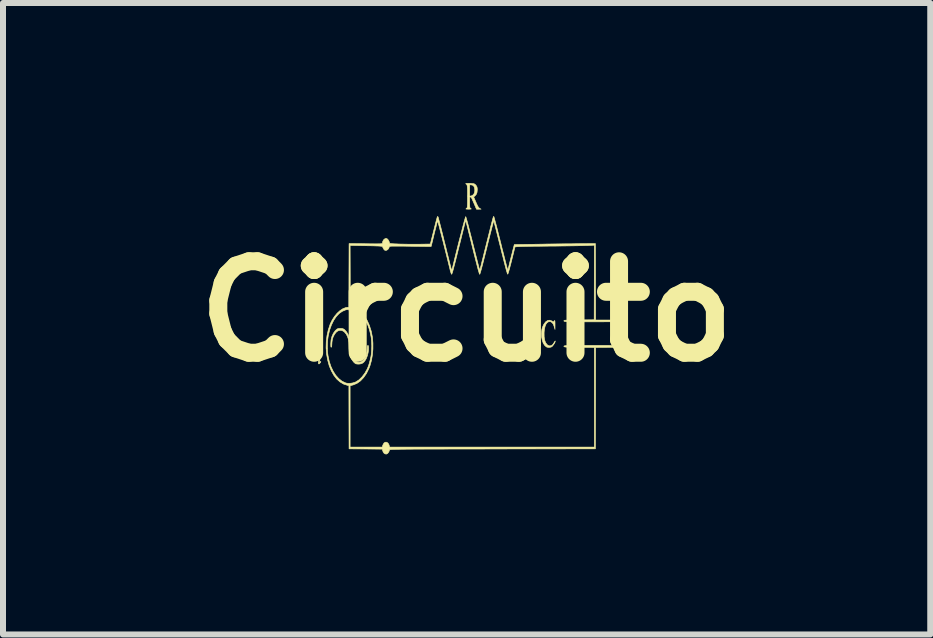
<source format=kicad_pcb>
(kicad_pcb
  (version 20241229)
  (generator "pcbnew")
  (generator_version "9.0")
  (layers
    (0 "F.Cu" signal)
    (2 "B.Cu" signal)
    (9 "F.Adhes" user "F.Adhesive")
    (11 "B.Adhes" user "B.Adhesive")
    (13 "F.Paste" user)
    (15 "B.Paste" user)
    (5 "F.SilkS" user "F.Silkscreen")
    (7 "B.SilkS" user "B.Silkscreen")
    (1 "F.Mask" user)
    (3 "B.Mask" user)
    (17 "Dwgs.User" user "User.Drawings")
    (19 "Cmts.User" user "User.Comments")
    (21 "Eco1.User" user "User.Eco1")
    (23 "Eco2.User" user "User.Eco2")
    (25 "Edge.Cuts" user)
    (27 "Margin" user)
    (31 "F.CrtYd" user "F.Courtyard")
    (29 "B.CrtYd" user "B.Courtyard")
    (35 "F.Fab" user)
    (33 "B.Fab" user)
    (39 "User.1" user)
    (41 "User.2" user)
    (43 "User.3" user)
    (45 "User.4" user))
  (footprint "Circuito"
    (layer "F.Cu")
    (at 4.724 2.138)
    (property "Reference" "Circuito" (at 0 0 0) (layer "F.SilkS") (effects (font (size 1.524 1.524) (thickness 0.3))))
    (attr through_hole)
    (fp_poly (pts (xy -2.417 0.612) (xy -2.414 0.62) (xy -2.415 0.631) (xy -2.424 0.635) (xy -2.426 0.635) (xy -2.436 0.632) (xy -2.438 0.622) (xy -2.437 0.62) (xy -2.432 0.608) (xy -2.426 0.605) (xy -2.417 0.612)) (stroke (width 0.01) (type solid)) (fill yes) (layer "F.SilkS"))
    (fp_poly (pts (xy -2.431 0.687) (xy -2.428 0.69) (xy -2.428 0.7) (xy -2.431 0.718) (xy -2.436 0.749) (xy -2.439 0.768) (xy -2.445 0.802) (xy -2.449 0.831) (xy -2.451 0.849) (xy -2.451 0.854) (xy -2.446 0.852) (xy -2.438 0.842) (xy -2.43 0.832) (xy -2.429 0.835) (xy -2.429 0.838) (xy -2.435 0.851) (xy -2.446 0.865) (xy -2.447 0.866) (xy -2.458 0.875) (xy -2.465 0.874) (xy -2.468 0.87) (xy -2.469 0.858) (xy -2.468 0.833) (xy -2.462 0.796) (xy -2.461 0.792) (xy -2.454 0.753) (xy -2.45 0.727) (xy -2.449 0.712) (xy -2.451 0.705) (xy -2.456 0.702) (xy -2.457 0.702) (xy -2.463 0.701) (xy -2.459 0.697) (xy -2.456 0.694) (xy -2.442 0.688) (xy -2.435 0.686) (xy -2.431 0.687)) (stroke (width 0.01) (type solid)) (fill yes) (layer "F.SilkS"))
    (fp_poly (pts (xy -2.492 0.496) (xy -2.485 0.516) (xy -2.486 0.544) (xy -2.494 0.58) (xy -2.501 0.602) (xy -2.513 0.631) (xy -2.527 0.663) (xy -2.544 0.697) (xy -2.56 0.729) (xy -2.575 0.757) (xy -2.587 0.777) (xy -2.595 0.787) (xy -2.597 0.787) (xy -2.599 0.78) (xy -2.6 0.759) (xy -2.601 0.731) (xy -2.601 0.73) (xy -2.602 0.684) (xy -2.605 0.635) (xy -2.609 0.589) (xy -2.614 0.553) (xy -2.617 0.54) (xy -2.624 0.522) (xy -2.635 0.516) (xy -2.638 0.516) (xy -2.648 0.514) (xy -2.648 0.51) (xy -2.641 0.505) (xy -2.628 0.499) (xy -2.616 0.495) (xy -2.592 0.49) (xy -2.586 0.531) (xy -2.582 0.56) (xy -2.579 0.599) (xy -2.577 0.635) (xy -2.575 0.676) (xy -2.572 0.701) (xy -2.568 0.711) (xy -2.561 0.707) (xy -2.552 0.69) (xy -2.543 0.672) (xy -2.529 0.642) (xy -2.517 0.613) (xy -2.509 0.59) (xy -2.499 0.557) (xy -2.509 0.538) (xy -2.518 0.518) (xy -2.518 0.503) (xy -2.51 0.491) (xy -2.5 0.488) (xy -2.492 0.496)) (stroke (width 0.01) (type solid)) (fill yes) (layer "F.SilkS"))
    (fp_poly (pts (xy 1.417 0.158) (xy 1.432 0.167) (xy 1.444 0.174) (xy 1.451 0.174) (xy 1.457 0.164) (xy 1.459 0.162) (xy 1.465 0.152) (xy 1.469 0.154) (xy 1.472 0.168) (xy 1.473 0.196) (xy 1.473 0.236) (xy 1.473 0.301) (xy 1.461 0.257) (xy 1.445 0.214) (xy 1.423 0.186) (xy 1.4 0.172) (xy 1.37 0.171) (xy 1.344 0.185) (xy 1.322 0.214) (xy 1.306 0.255) (xy 1.295 0.308) (xy 1.291 0.357) (xy 1.292 0.423) (xy 1.3 0.476) (xy 1.315 0.519) (xy 1.338 0.55) (xy 1.352 0.563) (xy 1.382 0.575) (xy 1.41 0.571) (xy 1.437 0.551) (xy 1.459 0.518) (xy 1.47 0.5) (xy 1.477 0.493) (xy 1.478 0.495) (xy 1.474 0.511) (xy 1.464 0.532) (xy 1.45 0.554) (xy 1.434 0.574) (xy 1.42 0.589) (xy 1.414 0.592) (xy 1.389 0.599) (xy 1.362 0.6) (xy 1.337 0.595) (xy 1.327 0.59) (xy 1.299 0.564) (xy 1.276 0.527) (xy 1.26 0.479) (xy 1.25 0.424) (xy 1.248 0.365) (xy 1.254 0.305) (xy 1.254 0.301) (xy 1.264 0.264) (xy 1.281 0.227) (xy 1.287 0.215) (xy 1.316 0.176) (xy 1.348 0.153) (xy 1.381 0.147) (xy 1.417 0.158)) (stroke (width 0.01) (type solid)) (fill yes) (layer "F.SilkS"))
    (fp_poly (pts (xy 0.064 -2.133) (xy 0.086 -2.131) (xy 0.105 -2.129) (xy 0.121 -2.127) (xy 0.129 -2.124) (xy 0.146 -2.112) (xy 0.162 -2.093) (xy 0.163 -2.091) (xy 0.173 -2.072) (xy 0.177 -2.052) (xy 0.178 -2.025) (xy 0.174 -1.983) (xy 0.162 -1.951) (xy 0.141 -1.926) (xy 0.137 -1.922) (xy 0.117 -1.908) (xy 0.148 -1.837) (xy 0.166 -1.795) (xy 0.18 -1.766) (xy 0.191 -1.745) (xy 0.2 -1.732) (xy 0.21 -1.722) (xy 0.22 -1.715) (xy 0.241 -1.703) (xy 0.165 -1.702) (xy 0.122 -1.803) (xy 0.104 -1.843) (xy 0.092 -1.871) (xy 0.082 -1.89) (xy 0.075 -1.9) (xy 0.068 -1.904) (xy 0.065 -1.905) (xy 0.051 -1.905) (xy 0.051 -1.822) (xy 0.051 -1.786) (xy 0.052 -1.755) (xy 0.054 -1.735) (xy 0.055 -1.729) (xy 0.063 -1.719) (xy 0.074 -1.711) (xy 0.078 -1.707) (xy 0.073 -1.705) (xy 0.058 -1.704) (xy 0.035 -1.703) (xy 0.033 -1.703) (xy 0.009 -1.704) (xy -0.006 -1.705) (xy -0.011 -1.707) (xy -0.009 -1.71) (xy -0.007 -1.711) (xy 0.007 -1.724) (xy 0.012 -1.738) (xy 0.013 -1.752) (xy 0.014 -1.78) (xy 0.015 -1.819) (xy 0.015 -1.866) (xy 0.015 -1.919) (xy 0.015 -1.922) (xy 0.015 -1.984) (xy 0.015 -2.03) (xy 0.013 -2.064) (xy 0.011 -2.088) (xy 0.007 -2.104) (xy 0.005 -2.108) (xy 0.051 -2.108) (xy 0.051 -1.922) (xy 0.066 -1.922) (xy 0.081 -1.925) (xy 0.098 -1.933) (xy 0.102 -1.936) (xy 0.122 -1.957) (xy 0.134 -1.987) (xy 0.137 -2.023) (xy 0.131 -2.062) (xy 0.119 -2.087) (xy 0.099 -2.103) (xy 0.074 -2.108) (xy 0.051 -2.108) (xy 0.005 -2.108) (xy 0.002 -2.114) (xy -0.005 -2.121) (xy -0.013 -2.125) (xy -0.015 -2.128) (xy -0.009 -2.13) (xy 0.004 -2.132) (xy 0.022 -2.133) (xy 0.042 -2.133) (xy 0.064 -2.133)) (stroke (width 0.01) (type solid)) (fill yes) (layer "F.SilkS"))
    (fp_poly (pts (xy -2.077 0.285) (xy -2.057 0.29) (xy -2.041 0.299) (xy -2.036 0.302) (xy -2.003 0.337) (xy -1.974 0.385) (xy -1.956 0.434) (xy -1.948 0.461) (xy -1.944 0.484) (xy -1.941 0.51) (xy -1.941 0.543) (xy -1.941 0.563) (xy -1.939 0.626) (xy -1.933 0.677) (xy -1.923 0.72) (xy -1.908 0.758) (xy -1.904 0.766) (xy -1.877 0.806) (xy -1.845 0.833) (xy -1.812 0.846) (xy -1.778 0.846) (xy -1.745 0.833) (xy -1.714 0.806) (xy -1.689 0.767) (xy -1.67 0.721) (xy -1.66 0.675) (xy -1.656 0.625) (xy -1.656 0.622) (xy -1.655 0.592) (xy -1.652 0.576) (xy -1.648 0.57) (xy -1.641 0.567) (xy -1.638 0.573) (xy -1.635 0.59) (xy -1.634 0.6) (xy -1.634 0.642) (xy -1.641 0.69) (xy -1.653 0.738) (xy -1.67 0.782) (xy -1.683 0.807) (xy -1.707 0.84) (xy -1.731 0.861) (xy -1.758 0.873) (xy -1.79 0.878) (xy -1.813 0.878) (xy -1.833 0.876) (xy -1.848 0.872) (xy -1.852 0.871) (xy -1.883 0.843) (xy -1.911 0.804) (xy -1.934 0.756) (xy -1.951 0.704) (xy -1.953 0.691) (xy -1.957 0.661) (xy -1.96 0.622) (xy -1.961 0.579) (xy -1.961 0.572) (xy -1.963 0.511) (xy -1.971 0.461) (xy -1.984 0.419) (xy -2.005 0.381) (xy -2.009 0.375) (xy -2.04 0.339) (xy -2.075 0.319) (xy -2.112 0.315) (xy -2.113 0.315) (xy -2.146 0.326) (xy -2.176 0.35) (xy -2.204 0.388) (xy -2.223 0.425) (xy -2.236 0.465) (xy -2.243 0.513) (xy -2.245 0.542) (xy -2.247 0.574) (xy -2.25 0.591) (xy -2.255 0.597) (xy -2.256 0.597) (xy -2.26 0.593) (xy -2.262 0.581) (xy -2.263 0.557) (xy -2.263 0.538) (xy -2.258 0.474) (xy -2.243 0.416) (xy -2.22 0.365) (xy -2.189 0.322) (xy -2.174 0.308) (xy -2.159 0.295) (xy -2.145 0.288) (xy -2.128 0.285) (xy -2.106 0.284) (xy -2.103 0.284) (xy -2.077 0.285)) (stroke (width 0.01) (type solid)) (fill yes) (layer "F.SilkS"))
    (fp_poly (pts (xy 0.453 -1.581) (xy 0.453 -1.581) (xy 0.456 -1.573) (xy 0.463 -1.551) (xy 0.472 -1.515) (xy 0.485 -1.468) (xy 0.5 -1.412) (xy 0.517 -1.346) (xy 0.535 -1.273) (xy 0.555 -1.195) (xy 0.571 -1.132) (xy 0.591 -1.05) (xy 0.611 -0.973) (xy 0.629 -0.902) (xy 0.645 -0.839) (xy 0.659 -0.785) (xy 0.67 -0.741) (xy 0.679 -0.709) (xy 0.684 -0.69) (xy 0.685 -0.686) (xy 0.688 -0.693) (xy 0.694 -0.713) (xy 0.702 -0.743) (xy 0.71 -0.777) (xy 0.72 -0.819) (xy 0.733 -0.871) (xy 0.747 -0.927) (xy 0.761 -0.98) (xy 0.763 -0.991) (xy 0.795 -1.113) (xy 1.12 -1.118) (xy 1.187 -1.119) (xy 1.262 -1.12) (xy 1.343 -1.122) (xy 1.427 -1.123) (xy 1.513 -1.124) (xy 1.597 -1.125) (xy 1.678 -1.126) (xy 1.754 -1.126) (xy 1.796 -1.127) (xy 2.146 -1.13) (xy 2.148 -0.493) (xy 2.149 0.144) (xy 2.403 0.144) (xy 2.461 0.144) (xy 2.509 0.144) (xy 2.548 0.144) (xy 2.58 0.145) (xy 2.605 0.145) (xy 2.624 0.146) (xy 2.638 0.148) (xy 2.647 0.149) (xy 2.652 0.151) (xy 2.655 0.154) (xy 2.656 0.157) (xy 2.656 0.159) (xy 2.655 0.161) (xy 2.653 0.163) (xy 2.65 0.165) (xy 2.644 0.167) (xy 2.635 0.168) (xy 2.622 0.169) (xy 2.606 0.17) (xy 2.585 0.171) (xy 2.558 0.172) (xy 2.526 0.172) (xy 2.487 0.173) (xy 2.442 0.173) (xy 2.389 0.173) (xy 2.327 0.173) (xy 2.257 0.174) (xy 2.178 0.174) (xy 2.139 0.174) (xy 2.055 0.174) (xy 1.981 0.174) (xy 1.915 0.173) (xy 1.859 0.173) (xy 1.81 0.173) (xy 1.768 0.173) (xy 1.733 0.172) (xy 1.704 0.172) (xy 1.68 0.171) (xy 1.662 0.17) (xy 1.648 0.169) (xy 1.637 0.167) (xy 1.63 0.166) (xy 1.625 0.164) (xy 1.623 0.162) (xy 1.622 0.16) (xy 1.621 0.159) (xy 1.622 0.155) (xy 1.623 0.153) (xy 1.627 0.15) (xy 1.635 0.148) (xy 1.646 0.147) (xy 1.663 0.146) (xy 1.685 0.145) (xy 1.713 0.144) (xy 1.749 0.143) (xy 1.793 0.143) (xy 1.846 0.142) (xy 1.873 0.142) (xy 2.126 0.14) (xy 2.129 -1.103) (xy 2.008 -1.097) (xy 1.986 -1.097) (xy 1.955 -1.096) (xy 1.915 -1.095) (xy 1.868 -1.094) (xy 1.814 -1.093) (xy 1.754 -1.092) (xy 1.689 -1.091) (xy 1.621 -1.09) (xy 1.549 -1.089) (xy 1.475 -1.088) (xy 1.399 -1.088) (xy 1.347 -1.087) (xy 1.261 -1.086) (xy 1.184 -1.085) (xy 1.116 -1.085) (xy 1.057 -1.084) (xy 1.006 -1.083) (xy 0.962 -1.082) (xy 0.925 -1.081) (xy 0.894 -1.08) (xy 0.869 -1.079) (xy 0.849 -1.078) (xy 0.834 -1.077) (xy 0.822 -1.076) (xy 0.814 -1.074) (xy 0.809 -1.072) (xy 0.806 -1.071) (xy 0.804 -1.068) (xy 0.804 -1.068) (xy 0.802 -1.057) (xy 0.796 -1.032) (xy 0.787 -0.996) (xy 0.776 -0.951) (xy 0.763 -0.899) (xy 0.749 -0.842) (xy 0.748 -0.838) (xy 0.729 -0.765) (xy 0.713 -0.706) (xy 0.701 -0.662) (xy 0.692 -0.634) (xy 0.686 -0.621) (xy 0.685 -0.62) (xy 0.683 -0.623) (xy 0.678 -0.633) (xy 0.673 -0.651) (xy 0.664 -0.679) (xy 0.654 -0.717) (xy 0.641 -0.766) (xy 0.625 -0.827) (xy 0.607 -0.901) (xy 0.584 -0.99) (xy 0.567 -1.06) (xy 0.546 -1.142) (xy 0.527 -1.219) (xy 0.509 -1.29) (xy 0.493 -1.353) (xy 0.479 -1.408) (xy 0.468 -1.452) (xy 0.46 -1.485) (xy 0.454 -1.504) (xy 0.453 -1.509) (xy 0.45 -1.502) (xy 0.444 -1.481) (xy 0.435 -1.447) (xy 0.423 -1.402) (xy 0.409 -1.347) (xy 0.392 -1.282) (xy 0.374 -1.21) (xy 0.354 -1.132) (xy 0.338 -1.066) (xy 0.312 -0.962) (xy 0.29 -0.874) (xy 0.271 -0.799) (xy 0.255 -0.739) (xy 0.242 -0.691) (xy 0.232 -0.656) (xy 0.225 -0.633) (xy 0.22 -0.62) (xy 0.218 -0.618) (xy 0.216 -0.62) (xy 0.214 -0.625) (xy 0.21 -0.636) (xy 0.205 -0.652) (xy 0.199 -0.674) (xy 0.19 -0.704) (xy 0.18 -0.742) (xy 0.168 -0.79) (xy 0.153 -0.847) (xy 0.136 -0.915) (xy 0.116 -0.994) (xy 0.093 -1.087) (xy 0.067 -1.192) (xy 0.037 -1.312) (xy 0.016 -1.397) (xy -0.015 -1.519) (xy -0.027 -1.473) (xy -0.031 -1.456) (xy -0.039 -1.425) (xy -0.05 -1.382) (xy -0.063 -1.329) (xy -0.079 -1.266) (xy -0.096 -1.197) (xy -0.115 -1.121) (xy -0.135 -1.042) (xy -0.14 -1.022) (xy -0.164 -0.926) (xy -0.184 -0.845) (xy -0.202 -0.777) (xy -0.216 -0.723) (xy -0.227 -0.681) (xy -0.236 -0.65) (xy -0.243 -0.63) (xy -0.247 -0.62) (xy -0.249 -0.618) (xy -0.254 -0.624) (xy -0.261 -0.643) (xy -0.271 -0.675) (xy -0.282 -0.722) (xy -0.304 -0.811) (xy -0.326 -0.9) (xy -0.348 -0.988) (xy -0.37 -1.074) (xy -0.39 -1.155) (xy -0.41 -1.232) (xy -0.428 -1.302) (xy -0.444 -1.364) (xy -0.457 -1.417) (xy -0.469 -1.459) (xy -0.477 -1.489) (xy -0.482 -1.506) (xy -0.483 -1.509) (xy -0.486 -1.499) (xy -0.493 -1.475) (xy -0.502 -1.438) (xy -0.514 -1.391) (xy -0.529 -1.334) (xy -0.545 -1.269) (xy -0.562 -1.198) (xy -0.57 -1.165) (xy -0.591 -1.081) (xy -0.938 -1.085) (xy -1.006 -1.086) (xy -1.064 -1.087) (xy -1.114 -1.087) (xy -1.156 -1.087) (xy -1.19 -1.087) (xy -1.218 -1.087) (xy -1.24 -1.087) (xy -1.256 -1.086) (xy -1.269 -1.085) (xy -1.277 -1.083) (xy -1.283 -1.081) (xy -1.286 -1.079) (xy -1.287 -1.076) (xy -1.288 -1.074) (xy -1.298 -1.049) (xy -1.314 -1.029) (xy -1.334 -1.018) (xy -1.345 -1.016) (xy -1.361 -1.018) (xy -1.374 -1.028) (xy -1.384 -1.044) (xy -1.394 -1.062) (xy -1.401 -1.077) (xy -1.403 -1.08) (xy -1.407 -1.083) (xy -1.418 -1.085) (xy -1.438 -1.087) (xy -1.466 -1.089) (xy -1.502 -1.09) (xy -1.548 -1.092) (xy -1.603 -1.093) (xy -1.667 -1.094) (xy -1.673 -1.094) (xy -1.941 -1.099) (xy -1.939 -0.585) (xy -1.938 -0.072) (xy -1.92 -0.07) (xy -1.86 -0.054) (xy -1.803 -0.022) (xy -1.749 0.023) (xy -1.7 0.082) (xy -1.656 0.152) (xy -1.62 0.233) (xy -1.591 0.323) (xy -1.587 0.339) (xy -1.569 0.431) (xy -1.561 0.528) (xy -1.561 0.626) (xy -1.569 0.723) (xy -1.585 0.817) (xy -1.609 0.903) (xy -1.627 0.95) (xy -1.668 1.034) (xy -1.716 1.103) (xy -1.768 1.158) (xy -1.826 1.199) (xy -1.888 1.225) (xy -1.89 1.225) (xy -1.941 1.24) (xy -1.941 2.261) (xy -1.405 2.261) (xy -1.398 2.234) (xy -1.388 2.212) (xy -1.375 2.192) (xy -1.375 2.192) (xy -1.355 2.18) (xy -1.333 2.18) (xy -1.313 2.192) (xy -1.297 2.213) (xy -1.289 2.236) (xy -1.284 2.261) (xy 2.129 2.261) (xy 2.129 0.601) (xy 1.876 0.599) (xy 1.819 0.599) (xy 1.771 0.598) (xy 1.731 0.597) (xy 1.699 0.597) (xy 1.674 0.596) (xy 1.655 0.595) (xy 1.642 0.593) (xy 1.632 0.591) (xy 1.626 0.589) (xy 1.623 0.587) (xy 1.622 0.583) (xy 1.621 0.582) (xy 1.622 0.58) (xy 1.623 0.578) (xy 1.626 0.576) (xy 1.632 0.574) (xy 1.64 0.573) (xy 1.652 0.571) (xy 1.668 0.57) (xy 1.689 0.57) (xy 1.714 0.569) (xy 1.746 0.568) (xy 1.784 0.568) (xy 1.829 0.568) (xy 1.882 0.567) (xy 1.943 0.567) (xy 2.012 0.567) (xy 2.091 0.567) (xy 2.139 0.567) (xy 2.223 0.567) (xy 2.297 0.567) (xy 2.363 0.567) (xy 2.42 0.568) (xy 2.469 0.568) (xy 2.511 0.568) (xy 2.546 0.569) (xy 2.575 0.569) (xy 2.599 0.57) (xy 2.617 0.571) (xy 2.631 0.572) (xy 2.642 0.573) (xy 2.649 0.575) (xy 2.653 0.576) (xy 2.655 0.578) (xy 2.656 0.581) (xy 2.656 0.582) (xy 2.655 0.585) (xy 2.653 0.588) (xy 2.648 0.591) (xy 2.64 0.593) (xy 2.628 0.594) (xy 2.611 0.595) (xy 2.588 0.596) (xy 2.559 0.597) (xy 2.523 0.598) (xy 2.478 0.598) (xy 2.424 0.599) (xy 2.402 0.599) (xy 2.149 0.601) (xy 2.148 1.446) (xy 2.146 2.29) (xy 0.431 2.292) (xy 0.272 2.293) (xy 0.124 2.293) (xy -0.015 2.293) (xy -0.144 2.293) (xy -0.265 2.293) (xy -0.377 2.294) (xy -0.481 2.294) (xy -0.576 2.294) (xy -0.664 2.294) (xy -0.745 2.295) (xy -0.818 2.295) (xy -0.885 2.295) (xy -0.945 2.296) (xy -1 2.296) (xy -1.048 2.297) (xy -1.091 2.297) (xy -1.128 2.298) (xy -1.161 2.298) (xy -1.189 2.299) (xy -1.213 2.3) (xy -1.233 2.3) (xy -1.249 2.301) (xy -1.261 2.302) (xy -1.271 2.303) (xy -1.278 2.304) (xy -1.282 2.305) (xy -1.285 2.306) (xy -1.285 2.307) (xy -1.288 2.321) (xy -1.296 2.34) (xy -1.299 2.346) (xy -1.318 2.369) (xy -1.34 2.378) (xy -1.363 2.372) (xy -1.376 2.362) (xy -1.389 2.344) (xy -1.398 2.322) (xy -1.399 2.32) (xy -1.404 2.295) (xy -1.958 2.29) (xy -1.96 1.764) (xy -1.961 1.237) (xy -1.985 1.232) (xy -2.05 1.211) (xy -2.11 1.175) (xy -2.164 1.127) (xy -2.212 1.065) (xy -2.253 0.992) (xy -2.288 0.909) (xy -2.314 0.815) (xy -2.333 0.711) (xy -2.334 0.698) (xy -2.34 0.617) (xy -2.319 0.617) (xy -2.316 0.684) (xy -2.309 0.737) (xy -2.289 0.832) (xy -2.26 0.919) (xy -2.223 0.997) (xy -2.18 1.064) (xy -2.13 1.12) (xy -2.076 1.163) (xy -2.017 1.191) (xy -2.009 1.194) (xy -1.979 1.199) (xy -1.944 1.199) (xy -1.906 1.194) (xy -1.87 1.184) (xy -1.846 1.175) (xy -1.793 1.141) (xy -1.743 1.092) (xy -1.697 1.032) (xy -1.657 0.962) (xy -1.652 0.951) (xy -1.636 0.912) (xy -1.62 0.861) (xy -1.606 0.806) (xy -1.594 0.753) (xy -1.588 0.715) (xy -1.582 0.649) (xy -1.58 0.576) (xy -1.583 0.504) (xy -1.588 0.446) (xy -1.594 0.411) (xy -1.603 0.368) (xy -1.614 0.324) (xy -1.619 0.305) (xy -1.631 0.267) (xy -1.643 0.235) (xy -1.656 0.206) (xy -1.673 0.174) (xy -1.689 0.148) (xy -1.711 0.112) (xy -1.73 0.085) (xy -1.748 0.063) (xy -1.768 0.044) (xy -1.783 0.031) (xy -1.828 -0.001) (xy -1.87 -0.021) (xy -1.916 -0.032) (xy -1.951 -0.034) (xy -2.012 -0.026) (xy -2.069 -0.002) (xy -2.123 0.035) (xy -2.172 0.087) (xy -2.215 0.151) (xy -2.252 0.227) (xy -2.283 0.313) (xy -2.305 0.409) (xy -2.307 0.421) (xy -2.315 0.479) (xy -2.318 0.547) (xy -2.319 0.617) (xy -2.34 0.617) (xy -2.341 0.602) (xy -2.338 0.503) (xy -2.326 0.405) (xy -2.305 0.31) (xy -2.276 0.221) (xy -2.271 0.207) (xy -2.239 0.143) (xy -2.201 0.084) (xy -2.158 0.032) (xy -2.111 -0.011) (xy -2.064 -0.043) (xy -2.017 -0.062) (xy -1.98 -0.068) (xy -1.961 -0.068) (xy -1.96 -0.599) (xy -1.958 -1.13) (xy -1.68 -1.127) (xy -1.62 -1.126) (xy -1.569 -1.126) (xy -1.527 -1.125) (xy -1.492 -1.125) (xy -1.465 -1.126) (xy -1.443 -1.126) (xy -1.427 -1.127) (xy -1.416 -1.128) (xy -1.409 -1.13) (xy -1.405 -1.132) (xy -1.403 -1.135) (xy -1.402 -1.138) (xy -1.402 -1.138) (xy -1.397 -1.165) (xy -1.385 -1.189) (xy -1.368 -1.206) (xy -1.347 -1.215) (xy -1.33 -1.213) (xy -1.317 -1.204) (xy -1.303 -1.187) (xy -1.292 -1.166) (xy -1.286 -1.147) (xy -1.285 -1.142) (xy -1.285 -1.138) (xy -1.282 -1.135) (xy -1.276 -1.132) (xy -1.265 -1.13) (xy -1.25 -1.128) (xy -1.228 -1.127) (xy -1.199 -1.125) (xy -1.162 -1.124) (xy -1.126 -1.122) (xy -1.08 -1.121) (xy -1.026 -1.12) (xy -0.968 -1.119) (xy -0.909 -1.119) (xy -0.851 -1.119) (xy -0.798 -1.119) (xy -0.786 -1.119) (xy -0.604 -1.122) (xy -0.548 -1.346) (xy -0.533 -1.404) (xy -0.52 -1.457) (xy -0.508 -1.503) (xy -0.498 -1.54) (xy -0.491 -1.565) (xy -0.487 -1.578) (xy -0.487 -1.579) (xy -0.48 -1.58) (xy -0.476 -1.574) (xy -0.472 -1.564) (xy -0.466 -1.54) (xy -0.456 -1.503) (xy -0.444 -1.457) (xy -0.43 -1.403) (xy -0.415 -1.343) (xy -0.404 -1.3) (xy -0.387 -1.232) (xy -0.371 -1.166) (xy -0.355 -1.104) (xy -0.341 -1.047) (xy -0.33 -1) (xy -0.321 -0.965) (xy -0.318 -0.953) (xy -0.306 -0.906) (xy -0.293 -0.853) (xy -0.28 -0.801) (xy -0.274 -0.777) (xy -0.265 -0.741) (xy -0.257 -0.712) (xy -0.251 -0.693) (xy -0.248 -0.686) (xy -0.245 -0.693) (xy -0.239 -0.713) (xy -0.231 -0.743) (xy -0.222 -0.78) (xy -0.222 -0.781) (xy -0.199 -0.876) (xy -0.176 -0.969) (xy -0.153 -1.061) (xy -0.131 -1.149) (xy -0.109 -1.233) (xy -0.089 -1.31) (xy -0.071 -1.381) (xy -0.055 -1.442) (xy -0.041 -1.494) (xy -0.029 -1.535) (xy -0.021 -1.563) (xy -0.016 -1.577) (xy -0.015 -1.579) (xy -0.011 -1.571) (xy -0.004 -1.548) (xy 0.007 -1.509) (xy 0.022 -1.454) (xy 0.04 -1.384) (xy 0.062 -1.298) (xy 0.088 -1.197) (xy 0.104 -1.132) (xy 0.125 -1.05) (xy 0.144 -0.973) (xy 0.162 -0.903) (xy 0.178 -0.839) (xy 0.192 -0.785) (xy 0.203 -0.741) (xy 0.212 -0.709) (xy 0.217 -0.691) (xy 0.218 -0.686) (xy 0.221 -0.693) (xy 0.227 -0.713) (xy 0.235 -0.743) (xy 0.244 -0.777) (xy 0.249 -0.799) (xy 0.254 -0.82) (xy 0.259 -0.841) (xy 0.265 -0.864) (xy 0.272 -0.891) (xy 0.28 -0.923) (xy 0.289 -0.961) (xy 0.301 -1.008) (xy 0.315 -1.064) (xy 0.332 -1.132) (xy 0.352 -1.212) (xy 0.371 -1.287) (xy 0.39 -1.363) (xy 0.405 -1.425) (xy 0.418 -1.475) (xy 0.428 -1.512) (xy 0.435 -1.54) (xy 0.441 -1.56) (xy 0.445 -1.572) (xy 0.448 -1.579) (xy 0.451 -1.582) (xy 0.453 -1.581)) (stroke (width 0.01) (type solid)) (fill yes) (layer "F.SilkS")))
  (gr_rect
    (start -3 -3)
    (end 12.449 7.521)
    (stroke (width 0.1) (type default))
    (fill no)
    (layer "Edge.Cuts")))
</source>
